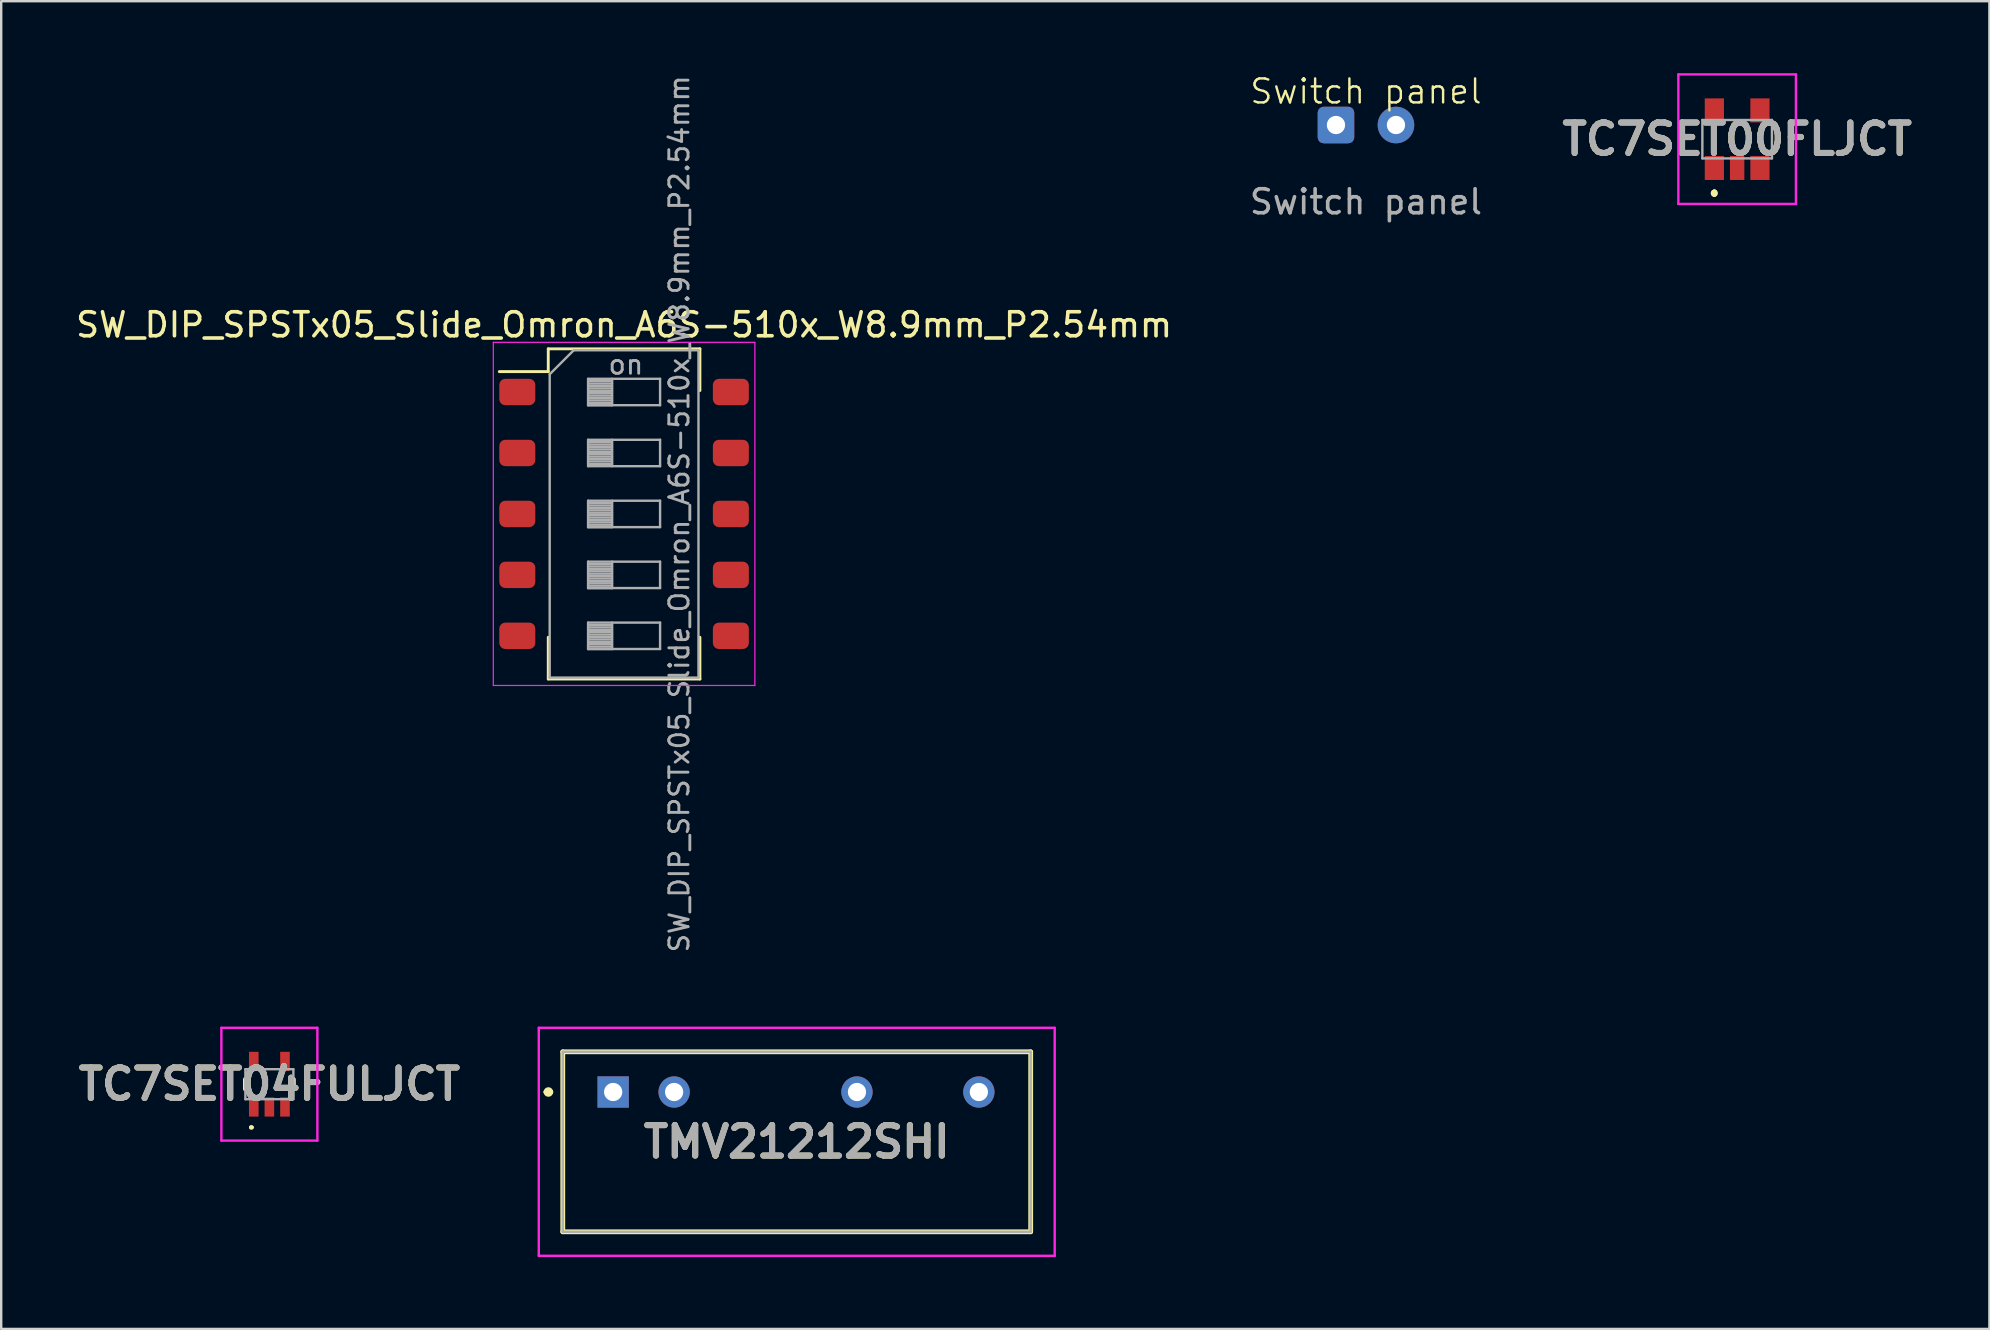
<source format=kicad_pcb>
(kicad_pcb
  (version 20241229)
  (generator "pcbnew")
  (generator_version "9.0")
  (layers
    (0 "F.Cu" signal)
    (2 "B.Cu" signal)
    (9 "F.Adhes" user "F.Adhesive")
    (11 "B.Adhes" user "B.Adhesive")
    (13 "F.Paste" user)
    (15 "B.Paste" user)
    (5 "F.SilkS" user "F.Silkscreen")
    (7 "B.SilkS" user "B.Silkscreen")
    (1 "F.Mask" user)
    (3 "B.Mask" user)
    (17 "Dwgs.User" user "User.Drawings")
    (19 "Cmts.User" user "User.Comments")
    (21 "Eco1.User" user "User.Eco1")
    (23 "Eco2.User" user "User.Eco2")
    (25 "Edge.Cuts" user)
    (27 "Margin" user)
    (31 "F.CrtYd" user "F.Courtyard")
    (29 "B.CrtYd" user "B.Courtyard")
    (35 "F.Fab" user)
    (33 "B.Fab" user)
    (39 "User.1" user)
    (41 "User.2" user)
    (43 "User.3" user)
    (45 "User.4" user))
  (footprint "SW_DIP_SPSTx05_Slide_Omron_A6S-510x_W8.9mm_P2.54mm"
    (layer "F.Cu")
    (at 22.958 18.367)
    (property "Reference" "SW_DIP_SPSTx05_Slide_Omron_A6S-510x_W8.9mm_P2.54mm" (at 0 -7.88 0) (layer "F.SilkS") (effects (font (size 1 1) (thickness 0.15))))
    (attr smd)
    (fp_line (start -5.2 -5.931) (end -3.16 -5.931) (stroke (width 0.12) (type solid)) (layer "F.SilkS"))
    (fp_line (start -3.16 -6.88) (end -3.16 -5.931) (stroke (width 0.12) (type solid)) (layer "F.SilkS"))
    (fp_line (start -3.16 -6.88) (end 3.16 -6.88) (stroke (width 0.12) (type solid)) (layer "F.SilkS"))
    (fp_line (start -3.16 5.14) (end -3.16 6.88) (stroke (width 0.12) (type solid)) (layer "F.SilkS"))
    (fp_line (start -3.16 6.88) (end 3.16 6.88) (stroke (width 0.12) (type solid)) (layer "F.SilkS"))
    (fp_line (start 3.16 -6.88) (end 3.16 -5.141) (stroke (width 0.12) (type solid)) (layer "F.SilkS"))
    (fp_line (start 3.16 5.14) (end 3.16 6.88) (stroke (width 0.12) (type solid)) (layer "F.SilkS"))
    (fp_line (start -5.45 -7.15) (end -5.45 7.15) (stroke (width 0.05) (type solid)) (layer "F.CrtYd"))
    (fp_line (start -5.45 7.15) (end 5.45 7.15) (stroke (width 0.05) (type solid)) (layer "F.CrtYd"))
    (fp_line (start 5.45 -7.15) (end -5.45 -7.15) (stroke (width 0.05) (type solid)) (layer "F.CrtYd"))
    (fp_line (start 5.45 7.15) (end 5.45 -7.15) (stroke (width 0.05) (type solid)) (layer "F.CrtYd"))
    (fp_line (start -3.1 -5.82) (end -2.1 -6.82) (stroke (width 0.1) (type solid)) (layer "F.Fab"))
    (fp_line (start -3.1 6.82) (end -3.1 -5.82) (stroke (width 0.1) (type solid)) (layer "F.Fab"))
    (fp_line (start -2.1 -6.82) (end 3.1 -6.82) (stroke (width 0.1) (type solid)) (layer "F.Fab"))
    (fp_line (start -1.5 -5.63) (end -1.5 -4.53) (stroke (width 0.1) (type solid)) (layer "F.Fab"))
    (fp_line (start -1.5 -5.53) (end -0.5 -5.53) (stroke (width 0.1) (type solid)) (layer "F.Fab"))
    (fp_line (start -1.5 -5.43) (end -0.5 -5.43) (stroke (width 0.1) (type solid)) (layer "F.Fab"))
    (fp_line (start -1.5 -5.33) (end -0.5 -5.33) (stroke (width 0.1) (type solid)) (layer "F.Fab"))
    (fp_line (start -1.5 -5.23) (end -0.5 -5.23) (stroke (width 0.1) (type solid)) (layer "F.Fab"))
    (fp_line (start -1.5 -5.13) (end -0.5 -5.13) (stroke (width 0.1) (type solid)) (layer "F.Fab"))
    (fp_line (start -1.5 -5.03) (end -0.5 -5.03) (stroke (width 0.1) (type solid)) (layer "F.Fab"))
    (fp_line (start -1.5 -4.93) (end -0.5 -4.93) (stroke (width 0.1) (type solid)) (layer "F.Fab"))
    (fp_line (start -1.5 -4.83) (end -0.5 -4.83) (stroke (width 0.1) (type solid)) (layer "F.Fab"))
    (fp_line (start -1.5 -4.73) (end -0.5 -4.73) (stroke (width 0.1) (type solid)) (layer "F.Fab"))
    (fp_line (start -1.5 -4.63) (end -0.5 -4.63) (stroke (width 0.1) (type solid)) (layer "F.Fab"))
    (fp_line (start -1.5 -4.53) (end -0.5 -4.53) (stroke (width 0.1) (type solid)) (layer "F.Fab"))
    (fp_line (start -1.5 -4.53) (end 1.5 -4.53) (stroke (width 0.1) (type solid)) (layer "F.Fab"))
    (fp_line (start -1.5 -3.09) (end -1.5 -1.99) (stroke (width 0.1) (type solid)) (layer "F.Fab"))
    (fp_line (start -1.5 -2.99) (end -0.5 -2.99) (stroke (width 0.1) (type solid)) (layer "F.Fab"))
    (fp_line (start -1.5 -2.89) (end -0.5 -2.89) (stroke (width 0.1) (type solid)) (layer "F.Fab"))
    (fp_line (start -1.5 -2.79) (end -0.5 -2.79) (stroke (width 0.1) (type solid)) (layer "F.Fab"))
    (fp_line (start -1.5 -2.69) (end -0.5 -2.69) (stroke (width 0.1) (type solid)) (layer "F.Fab"))
    (fp_line (start -1.5 -2.59) (end -0.5 -2.59) (stroke (width 0.1) (type solid)) (layer "F.Fab"))
    (fp_line (start -1.5 -2.49) (end -0.5 -2.49) (stroke (width 0.1) (type solid)) (layer "F.Fab"))
    (fp_line (start -1.5 -2.39) (end -0.5 -2.39) (stroke (width 0.1) (type solid)) (layer "F.Fab"))
    (fp_line (start -1.5 -2.29) (end -0.5 -2.29) (stroke (width 0.1) (type solid)) (layer "F.Fab"))
    (fp_line (start -1.5 -2.19) (end -0.5 -2.19) (stroke (width 0.1) (type solid)) (layer "F.Fab"))
    (fp_line (start -1.5 -2.09) (end -0.5 -2.09) (stroke (width 0.1) (type solid)) (layer "F.Fab"))
    (fp_line (start -1.5 -1.99) (end 1.5 -1.99) (stroke (width 0.1) (type solid)) (layer "F.Fab"))
    (fp_line (start -1.5 -0.55) (end -1.5 0.55) (stroke (width 0.1) (type solid)) (layer "F.Fab"))
    (fp_line (start -1.5 -0.45) (end -0.5 -0.45) (stroke (width 0.1) (type solid)) (layer "F.Fab"))
    (fp_line (start -1.5 -0.35) (end -0.5 -0.35) (stroke (width 0.1) (type solid)) (layer "F.Fab"))
    (fp_line (start -1.5 -0.25) (end -0.5 -0.25) (stroke (width 0.1) (type solid)) (layer "F.Fab"))
    (fp_line (start -1.5 -0.15) (end -0.5 -0.15) (stroke (width 0.1) (type solid)) (layer "F.Fab"))
    (fp_line (start -1.5 -0.05) (end -0.5 -0.05) (stroke (width 0.1) (type solid)) (layer "F.Fab"))
    (fp_line (start -1.5 0.05) (end -0.5 0.05) (stroke (width 0.1) (type solid)) (layer "F.Fab"))
    (fp_line (start -1.5 0.15) (end -0.5 0.15) (stroke (width 0.1) (type solid)) (layer "F.Fab"))
    (fp_line (start -1.5 0.25) (end -0.5 0.25) (stroke (width 0.1) (type solid)) (layer "F.Fab"))
    (fp_line (start -1.5 0.35) (end -0.5 0.35) (stroke (width 0.1) (type solid)) (layer "F.Fab"))
    (fp_line (start -1.5 0.45) (end -0.5 0.45) (stroke (width 0.1) (type solid)) (layer "F.Fab"))
    (fp_line (start -1.5 0.55) (end -0.5 0.55) (stroke (width 0.1) (type solid)) (layer "F.Fab"))
    (fp_line (start -1.5 0.55) (end 1.5 0.55) (stroke (width 0.1) (type solid)) (layer "F.Fab"))
    (fp_line (start -1.5 1.99) (end -1.5 3.09) (stroke (width 0.1) (type solid)) (layer "F.Fab"))
    (fp_line (start -1.5 2.09) (end -0.5 2.09) (stroke (width 0.1) (type solid)) (layer "F.Fab"))
    (fp_line (start -1.5 2.19) (end -0.5 2.19) (stroke (width 0.1) (type solid)) (layer "F.Fab"))
    (fp_line (start -1.5 2.29) (end -0.5 2.29) (stroke (width 0.1) (type solid)) (layer "F.Fab"))
    (fp_line (start -1.5 2.39) (end -0.5 2.39) (stroke (width 0.1) (type solid)) (layer "F.Fab"))
    (fp_line (start -1.5 2.49) (end -0.5 2.49) (stroke (width 0.1) (type solid)) (layer "F.Fab"))
    (fp_line (start -1.5 2.59) (end -0.5 2.59) (stroke (width 0.1) (type solid)) (layer "F.Fab"))
    (fp_line (start -1.5 2.69) (end -0.5 2.69) (stroke (width 0.1) (type solid)) (layer "F.Fab"))
    (fp_line (start -1.5 2.79) (end -0.5 2.79) (stroke (width 0.1) (type solid)) (layer "F.Fab"))
    (fp_line (start -1.5 2.89) (end -0.5 2.89) (stroke (width 0.1) (type solid)) (layer "F.Fab"))
    (fp_line (start -1.5 2.99) (end -0.5 2.99) (stroke (width 0.1) (type solid)) (layer "F.Fab"))
    (fp_line (start -1.5 3.09) (end -0.5 3.09) (stroke (width 0.1) (type solid)) (layer "F.Fab"))
    (fp_line (start -1.5 3.09) (end 1.5 3.09) (stroke (width 0.1) (type solid)) (layer "F.Fab"))
    (fp_line (start -1.5 4.53) (end -1.5 5.63) (stroke (width 0.1) (type solid)) (layer "F.Fab"))
    (fp_line (start -1.5 4.63) (end -0.5 4.63) (stroke (width 0.1) (type solid)) (layer "F.Fab"))
    (fp_line (start -1.5 4.73) (end -0.5 4.73) (stroke (width 0.1) (type solid)) (layer "F.Fab"))
    (fp_line (start -1.5 4.83) (end -0.5 4.83) (stroke (width 0.1) (type solid)) (layer "F.Fab"))
    (fp_line (start -1.5 4.93) (end -0.5 4.93) (stroke (width 0.1) (type solid)) (layer "F.Fab"))
    (fp_line (start -1.5 5.03) (end -0.5 5.03) (stroke (width 0.1) (type solid)) (layer "F.Fab"))
    (fp_line (start -1.5 5.13) (end -0.5 5.13) (stroke (width 0.1) (type solid)) (layer "F.Fab"))
    (fp_line (start -1.5 5.23) (end -0.5 5.23) (stroke (width 0.1) (type solid)) (layer "F.Fab"))
    (fp_line (start -1.5 5.33) (end -0.5 5.33) (stroke (width 0.1) (type solid)) (layer "F.Fab"))
    (fp_line (start -1.5 5.43) (end -0.5 5.43) (stroke (width 0.1) (type solid)) (layer "F.Fab"))
    (fp_line (start -1.5 5.53) (end -0.5 5.53) (stroke (width 0.1) (type solid)) (layer "F.Fab"))
    (fp_line (start -1.5 5.63) (end -0.5 5.63) (stroke (width 0.1) (type solid)) (layer "F.Fab"))
    (fp_line (start -1.5 5.63) (end 1.5 5.63) (stroke (width 0.1) (type solid)) (layer "F.Fab"))
    (fp_line (start -0.5 -5.63) (end -0.5 -4.53) (stroke (width 0.1) (type solid)) (layer "F.Fab"))
    (fp_line (start -0.5 -3.09) (end -0.5 -1.99) (stroke (width 0.1) (type solid)) (layer "F.Fab"))
    (fp_line (start -0.5 -0.55) (end -0.5 0.55) (stroke (width 0.1) (type solid)) (layer "F.Fab"))
    (fp_line (start -0.5 1.99) (end -0.5 3.09) (stroke (width 0.1) (type solid)) (layer "F.Fab"))
    (fp_line (start -0.5 4.53) (end -0.5 5.63) (stroke (width 0.1) (type solid)) (layer "F.Fab"))
    (fp_line (start 1.5 -5.63) (end -1.5 -5.63) (stroke (width 0.1) (type solid)) (layer "F.Fab"))
    (fp_line (start 1.5 -4.53) (end 1.5 -5.63) (stroke (width 0.1) (type solid)) (layer "F.Fab"))
    (fp_line (start 1.5 -3.09) (end -1.5 -3.09) (stroke (width 0.1) (type solid)) (layer "F.Fab"))
    (fp_line (start 1.5 -1.99) (end 1.5 -3.09) (stroke (width 0.1) (type solid)) (layer "F.Fab"))
    (fp_line (start 1.5 -0.55) (end -1.5 -0.55) (stroke (width 0.1) (type solid)) (layer "F.Fab"))
    (fp_line (start 1.5 0.55) (end 1.5 -0.55) (stroke (width 0.1) (type solid)) (layer "F.Fab"))
    (fp_line (start 1.5 1.99) (end -1.5 1.99) (stroke (width 0.1) (type solid)) (layer "F.Fab"))
    (fp_line (start 1.5 3.09) (end 1.5 1.99) (stroke (width 0.1) (type solid)) (layer "F.Fab"))
    (fp_line (start 1.5 4.53) (end -1.5 4.53) (stroke (width 0.1) (type solid)) (layer "F.Fab"))
    (fp_line (start 1.5 5.63) (end 1.5 4.53) (stroke (width 0.1) (type solid)) (layer "F.Fab"))
    (fp_line (start 3.1 -6.82) (end 3.1 6.82) (stroke (width 0.1) (type solid)) (layer "F.Fab"))
    (fp_line (start 3.1 6.82) (end -3.1 6.82) (stroke (width 0.1) (type solid)) (layer "F.Fab"))
    (fp_text user "on" (at 0.075 -6.225 0) (layer "F.Fab") (effects (font (size 0.8 0.8) (thickness 0.12))))
    (fp_text user "${REFERENCE}" (at 2.3 0 90) (layer "F.Fab") (effects (font (size 0.8 0.8) (thickness 0.12))))
    (pad "1" smd roundrect (at -4.45 -5.08) (size 1.5 1.1) (layers "F.Cu" "F.Mask" "F.Paste") (roundrect_rratio 0.227))
    (pad "2" smd roundrect (at -4.45 -2.54) (size 1.5 1.1) (layers "F.Cu" "F.Mask" "F.Paste") (roundrect_rratio 0.227))
    (pad "3" smd roundrect (at -4.45 0) (size 1.5 1.1) (layers "F.Cu" "F.Mask" "F.Paste") (roundrect_rratio 0.227))
    (pad "4" smd roundrect (at -4.45 2.54) (size 1.5 1.1) (layers "F.Cu" "F.Mask" "F.Paste") (roundrect_rratio 0.227))
    (pad "5" smd roundrect (at -4.45 5.08) (size 1.5 1.1) (layers "F.Cu" "F.Mask" "F.Paste") (roundrect_rratio 0.227))
    (pad "6" smd roundrect (at 4.45 5.08) (size 1.5 1.1) (layers "F.Cu" "F.Mask" "F.Paste") (roundrect_rratio 0.227))
    (pad "7" smd roundrect (at 4.45 2.54) (size 1.5 1.1) (layers "F.Cu" "F.Mask" "F.Paste") (roundrect_rratio 0.227))
    (pad "8" smd roundrect (at 4.45 0) (size 1.5 1.1) (layers "F.Cu" "F.Mask" "F.Paste") (roundrect_rratio 0.227))
    (pad "9" smd roundrect (at 4.45 -2.54) (size 1.5 1.1) (layers "F.Cu" "F.Mask" "F.Paste") (roundrect_rratio 0.227))
    (pad "10" smd roundrect (at 4.45 -5.08) (size 1.5 1.1) (layers "F.Cu" "F.Mask" "F.Paste") (roundrect_rratio 0.227)))
  (footprint "Switch panel"
    (layer "F.Cu")
    (at 53.875 2.16)
    (property "Reference" "Switch panel" (at 0 -1.4 0) (unlocked yes) (layer "F.SilkS") (effects (font (size 1 1) (thickness 0.1))))
    (attr through_hole)
    (fp_text user "${REFERENCE}" (at 0 3.2 0) (unlocked yes) (layer "F.Fab") (effects (font (size 1 1) (thickness 0.15))))
    (pad "1" thru_hole roundrect (at -1.25 0) (size 1.524 1.524) (drill 0.762) (layers "*.Cu" "*.Mask") (roundrect_rratio 0.164))
    (pad "2" thru_hole circle (at 1.25 0) (size 1.524 1.524) (drill 0.762) (layers "*.Cu" "*.Mask")))
  (footprint "TC7SET00FLJCT"
    (layer "F.Cu")
    (at 69.344 2.75)
    (property "Reference" "TC7SET00FLJCT" (at 0 0 0) (layer "F.SilkS") (effects (font (size 1.27 1.27) (thickness 0.254))))
    (attr smd)
    (fp_line (start -0.95 2.2) (end -0.95 2.2) (stroke (width 0.2) (type solid)) (layer "F.SilkS"))
    (fp_line (start -0.95 2.2) (end -0.95 2.2) (stroke (width 0.2) (type solid)) (layer "F.SilkS"))
    (fp_line (start -0.95 2.3) (end -0.95 2.3) (stroke (width 0.2) (type solid)) (layer "F.SilkS"))
    (fp_arc (start -0.95 2.2) (mid -0.9 2.25) (end -0.95 2.3) (stroke (width 0.2) (type solid)) (layer "F.SilkS"))
    (fp_arc (start -0.95 2.3) (mid -1 2.25) (end -0.95 2.2) (stroke (width 0.2) (type solid)) (layer "F.SilkS"))
    (fp_arc (start -0.95 2.3) (mid -1 2.25) (end -0.95 2.2) (stroke (width 0.2) (type solid)) (layer "F.SilkS"))
    (fp_line (start -2.45 -2.7) (end 2.45 -2.7) (stroke (width 0.1) (type solid)) (layer "F.CrtYd"))
    (fp_line (start -2.45 2.7) (end -2.45 -2.7) (stroke (width 0.1) (type solid)) (layer "F.CrtYd"))
    (fp_line (start 2.45 -2.7) (end 2.45 2.7) (stroke (width 0.1) (type solid)) (layer "F.CrtYd"))
    (fp_line (start 2.45 2.7) (end -2.45 2.7) (stroke (width 0.1) (type solid)) (layer "F.CrtYd"))
    (fp_line (start -1.45 -0.8) (end -1.45 0.8) (stroke (width 0.1) (type solid)) (layer "F.Fab"))
    (fp_line (start -1.45 0.8) (end 1.45 0.8) (stroke (width 0.1) (type solid)) (layer "F.Fab"))
    (fp_line (start 1.45 -0.8) (end -1.45 -0.8) (stroke (width 0.1) (type solid)) (layer "F.Fab"))
    (fp_line (start 1.45 0.8) (end 1.45 -0.8) (stroke (width 0.1) (type solid)) (layer "F.Fab"))
    (fp_text user "${REFERENCE}" (at 0 0 0) (layer "F.Fab") (effects (font (size 1.27 1.27) (thickness 0.254))))
    (pad "1" smd rect (at -0.95 1.2) (size 0.8 1) (layers "F.Cu" "F.Mask" "F.Paste"))
    (pad "2" smd rect (at 0 1.2) (size 0.6 1) (layers "F.Cu" "F.Mask" "F.Paste"))
    (pad "3" smd rect (at 0.95 1.2) (size 0.8 1) (layers "F.Cu" "F.Mask" "F.Paste"))
    (pad "4" smd rect (at 0.95 -1.2) (size 0.8 1) (layers "F.Cu" "F.Mask" "F.Paste"))
    (pad "5" smd rect (at -0.95 -1.2) (size 0.8 1) (layers "F.Cu" "F.Mask" "F.Paste")))
  (footprint "TC7SET04FULJCT"
    (layer "F.Cu")
    (at 8.176 42.133)
    (property "Reference" "TC7SET04FULJCT" (at 0 0 0) (layer "F.SilkS") (effects (font (size 1.27 1.27) (thickness 0.254))))
    (attr smd)
    (fp_line (start -1 -0.2) (end -1 0.2) (stroke (width 0.2) (type solid)) (layer "F.SilkS"))
    (fp_line (start -0.8 1.8) (end -0.8 1.8) (stroke (width 0.1) (type solid)) (layer "F.SilkS"))
    (fp_line (start -0.7 1.8) (end -0.7 1.8) (stroke (width 0.1) (type solid)) (layer "F.SilkS"))
    (fp_line (start 1 -0.2) (end 1 0.2) (stroke (width 0.2) (type solid)) (layer "F.SilkS"))
    (fp_arc (start -0.8 1.8) (mid -0.75 1.75) (end -0.7 1.8) (stroke (width 0.1) (type solid)) (layer "F.SilkS"))
    (fp_arc (start -0.7 1.8) (mid -0.75 1.85) (end -0.8 1.8) (stroke (width 0.1) (type solid)) (layer "F.SilkS"))
    (fp_line (start -2 -2.35) (end 2 -2.35) (stroke (width 0.1) (type solid)) (layer "F.CrtYd"))
    (fp_line (start -2 2.35) (end -2 -2.35) (stroke (width 0.1) (type solid)) (layer "F.CrtYd"))
    (fp_line (start 2 -2.35) (end 2 2.35) (stroke (width 0.1) (type solid)) (layer "F.CrtYd"))
    (fp_line (start 2 2.35) (end -2 2.35) (stroke (width 0.1) (type solid)) (layer "F.CrtYd"))
    (fp_line (start -1 -0.625) (end 1 -0.625) (stroke (width 0.1) (type solid)) (layer "F.Fab"))
    (fp_line (start -1 0.625) (end -1 -0.625) (stroke (width 0.1) (type solid)) (layer "F.Fab"))
    (fp_line (start 1 -0.625) (end 1 0.625) (stroke (width 0.1) (type solid)) (layer "F.Fab"))
    (fp_line (start 1 0.625) (end -1 0.625) (stroke (width 0.1) (type solid)) (layer "F.Fab"))
    (fp_text user "${REFERENCE}" (at 0 0 0) (layer "F.Fab") (effects (font (size 1.27 1.27) (thickness 0.254))))
    (pad "1" smd rect (at -0.65 0.95) (size 0.4 0.8) (layers "F.Cu" "F.Mask" "F.Paste"))
    (pad "2" smd rect (at 0 0.95) (size 0.4 0.8) (layers "F.Cu" "F.Mask" "F.Paste"))
    (pad "3" smd rect (at 0.65 0.95) (size 0.4 0.8) (layers "F.Cu" "F.Mask" "F.Paste"))
    (pad "4" smd rect (at 0.65 -0.95) (size 0.4 0.8) (layers "F.Cu" "F.Mask" "F.Paste"))
    (pad "5" smd rect (at -0.65 -0.95) (size 0.4 0.8) (layers "F.Cu" "F.Mask" "F.Paste")))
  (footprint "TMV21212SHI"
    (layer "F.Cu")
    (at 22.503 42.458)
    (property "Reference" "TMV21212SHI" (at 7.65 2.075 0) (layer "F.SilkS") (effects (font (size 1.27 1.27) (thickness 0.254))))
    (attr through_hole)
    (fp_line (start -2.8 0) (end -2.8 0) (stroke (width 0.2) (type solid)) (layer "F.SilkS"))
    (fp_line (start -2.6 0) (end -2.6 0) (stroke (width 0.2) (type solid)) (layer "F.SilkS"))
    (fp_line (start -2.1 -1.675) (end 17.4 -1.675) (stroke (width 0.2) (type solid)) (layer "F.SilkS"))
    (fp_line (start -2.1 5.825) (end -2.1 -1.675) (stroke (width 0.2) (type solid)) (layer "F.SilkS"))
    (fp_line (start 17.4 -1.675) (end 17.4 5.825) (stroke (width 0.2) (type solid)) (layer "F.SilkS"))
    (fp_line (start 17.4 5.825) (end -2.1 5.825) (stroke (width 0.2) (type solid)) (layer "F.SilkS"))
    (fp_arc (start -2.8 0) (mid -2.7 -0.1) (end -2.6 0) (stroke (width 0.2) (type solid)) (layer "F.SilkS"))
    (fp_arc (start -2.6 0) (mid -2.7 0.1) (end -2.8 0) (stroke (width 0.2) (type solid)) (layer "F.SilkS"))
    (fp_line (start -3.1 -2.675) (end 18.4 -2.675) (stroke (width 0.1) (type solid)) (layer "F.CrtYd"))
    (fp_line (start -3.1 6.825) (end -3.1 -2.675) (stroke (width 0.1) (type solid)) (layer "F.CrtYd"))
    (fp_line (start 18.4 -2.675) (end 18.4 6.825) (stroke (width 0.1) (type solid)) (layer "F.CrtYd"))
    (fp_line (start 18.4 6.825) (end -3.1 6.825) (stroke (width 0.1) (type solid)) (layer "F.CrtYd"))
    (fp_line (start -2.1 -1.675) (end 17.4 -1.675) (stroke (width 0.1) (type solid)) (layer "F.Fab"))
    (fp_line (start -2.1 5.825) (end -2.1 -1.675) (stroke (width 0.1) (type solid)) (layer "F.Fab"))
    (fp_line (start 17.4 -1.675) (end 17.4 5.825) (stroke (width 0.1) (type solid)) (layer "F.Fab"))
    (fp_line (start 17.4 5.825) (end -2.1 5.825) (stroke (width 0.1) (type solid)) (layer "F.Fab"))
    (fp_text user "${REFERENCE}" (at 7.65 2.075 0) (layer "F.Fab") (effects (font (size 1.27 1.27) (thickness 0.254))))
    (pad "1" thru_hole rect (at 0 0) (size 1.303 1.303) (drill 0.76) (layers "*.Cu" "*.Mask"))
    (pad "2" thru_hole circle (at 2.54 0) (size 1.303 1.303) (drill 0.76) (layers "*.Cu" "*.Mask"))
    (pad "5" thru_hole circle (at 10.16 0) (size 1.303 1.303) (drill 0.76) (layers "*.Cu" "*.Mask"))
    (pad "7" thru_hole circle (at 15.24 0) (size 1.303 1.303) (drill 0.76) (layers "*.Cu" "*.Mask")))
  (gr_rect
    (start -3 -3)
    (end 79.856 52.333)
    (stroke (width 0.1) (type default))
    (fill no)
    (layer "Edge.Cuts")))
</source>
